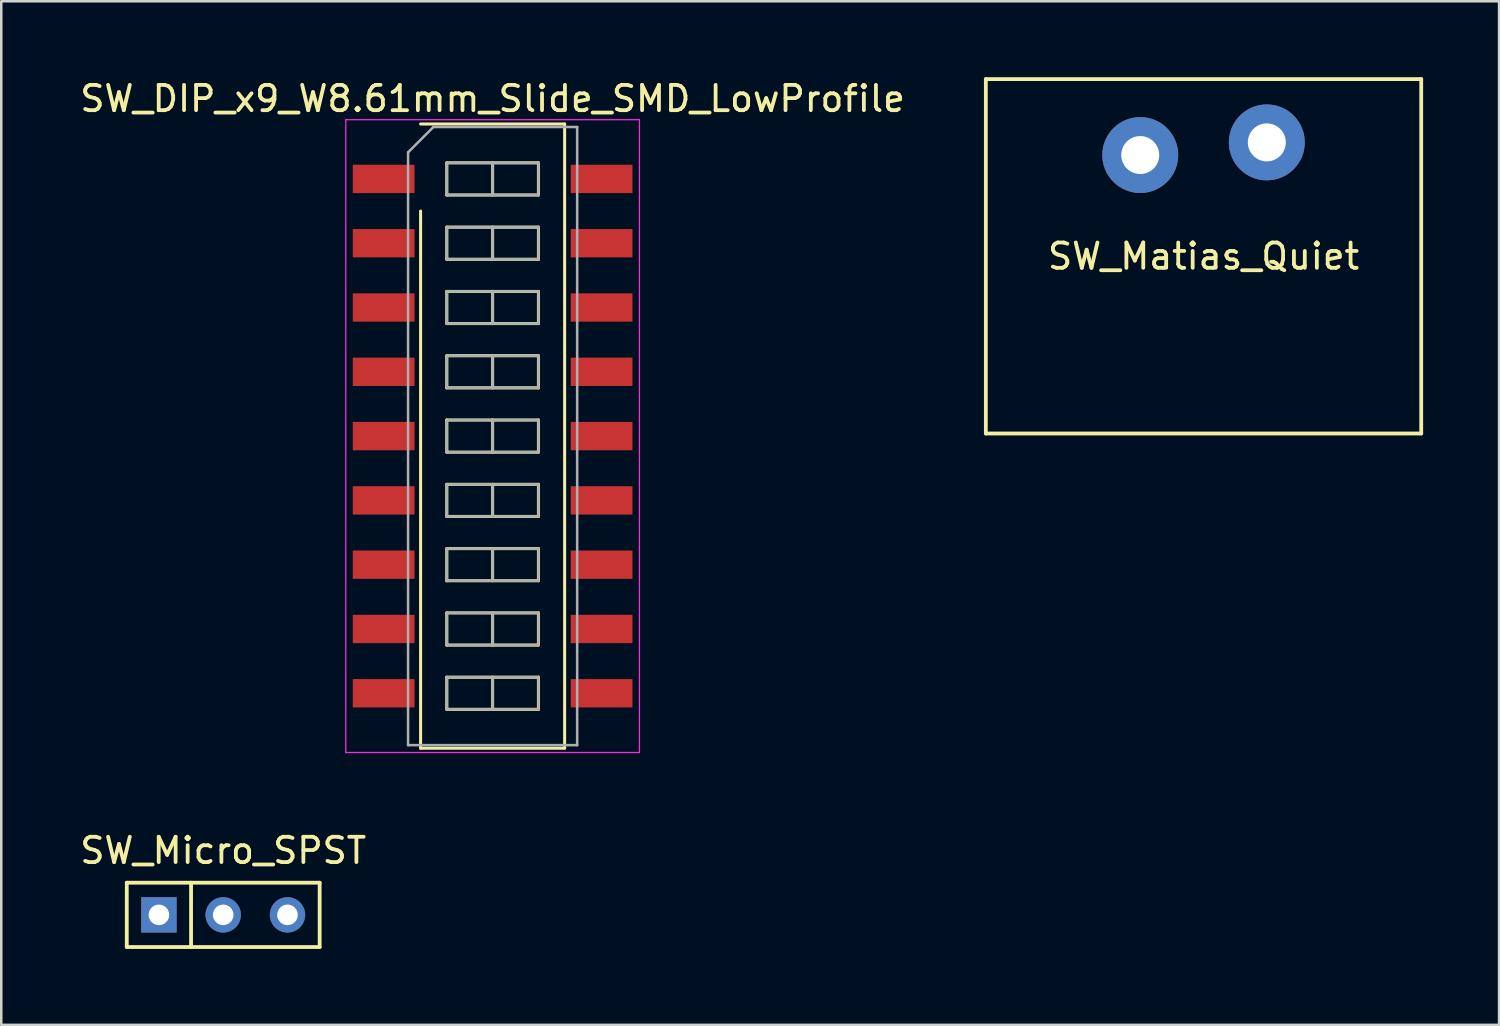
<source format=kicad_pcb>
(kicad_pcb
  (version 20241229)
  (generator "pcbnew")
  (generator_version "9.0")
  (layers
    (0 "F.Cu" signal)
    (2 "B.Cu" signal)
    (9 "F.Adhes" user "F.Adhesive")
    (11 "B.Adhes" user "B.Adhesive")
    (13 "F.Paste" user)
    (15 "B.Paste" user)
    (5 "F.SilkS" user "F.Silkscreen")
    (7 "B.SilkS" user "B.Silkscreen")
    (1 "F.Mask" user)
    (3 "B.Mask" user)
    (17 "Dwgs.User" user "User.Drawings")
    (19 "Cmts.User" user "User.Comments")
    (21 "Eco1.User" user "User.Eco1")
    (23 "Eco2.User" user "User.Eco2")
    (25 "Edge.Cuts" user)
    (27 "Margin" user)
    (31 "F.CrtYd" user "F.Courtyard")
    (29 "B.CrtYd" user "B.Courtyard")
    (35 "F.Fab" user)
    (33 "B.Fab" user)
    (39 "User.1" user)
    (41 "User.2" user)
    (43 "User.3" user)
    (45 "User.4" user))
  (footprint "SW_DIP_x9_W8.61mm_Slide_SMD_LowProfile"
    (layer "F.Cu")
    (at 16.411 14.178)
    (property "Reference" "SW_DIP_x9_W8.61mm_Slide_SMD_LowProfile" (at 0 -13.33 0) (layer "F.SilkS") (effects (font (size 1 1) (thickness 0.15))))
    (attr smd)
    (fp_line (start -2.845 -12.33) (end 2.845 -12.33) (stroke (width 0.12) (type solid)) (layer "F.SilkS"))
    (fp_line (start -2.845 12.33) (end -2.845 -8.89) (stroke (width 0.12) (type solid)) (layer "F.SilkS"))
    (fp_line (start -1.81 -10.795) (end -1.81 -9.525) (stroke (width 0.12) (type solid)) (layer "F.SilkS"))
    (fp_line (start -1.81 -9.525) (end 1.81 -9.525) (stroke (width 0.12) (type solid)) (layer "F.SilkS"))
    (fp_line (start -1.81 -8.255) (end -1.81 -6.985) (stroke (width 0.12) (type solid)) (layer "F.SilkS"))
    (fp_line (start -1.81 -6.985) (end 1.81 -6.985) (stroke (width 0.12) (type solid)) (layer "F.SilkS"))
    (fp_line (start -1.81 -5.715) (end -1.81 -4.445) (stroke (width 0.12) (type solid)) (layer "F.SilkS"))
    (fp_line (start -1.81 -4.445) (end 1.81 -4.445) (stroke (width 0.12) (type solid)) (layer "F.SilkS"))
    (fp_line (start -1.81 -3.175) (end -1.81 -1.905) (stroke (width 0.12) (type solid)) (layer "F.SilkS"))
    (fp_line (start -1.81 -1.905) (end 1.81 -1.905) (stroke (width 0.12) (type solid)) (layer "F.SilkS"))
    (fp_line (start -1.81 -0.635) (end -1.81 0.635) (stroke (width 0.12) (type solid)) (layer "F.SilkS"))
    (fp_line (start -1.81 0.635) (end 1.81 0.635) (stroke (width 0.12) (type solid)) (layer "F.SilkS"))
    (fp_line (start -1.81 1.905) (end -1.81 3.175) (stroke (width 0.12) (type solid)) (layer "F.SilkS"))
    (fp_line (start -1.81 3.175) (end 1.81 3.175) (stroke (width 0.12) (type solid)) (layer "F.SilkS"))
    (fp_line (start -1.81 4.445) (end -1.81 5.715) (stroke (width 0.12) (type solid)) (layer "F.SilkS"))
    (fp_line (start -1.81 5.715) (end 1.81 5.715) (stroke (width 0.12) (type solid)) (layer "F.SilkS"))
    (fp_line (start -1.81 6.985) (end -1.81 8.255) (stroke (width 0.12) (type solid)) (layer "F.SilkS"))
    (fp_line (start -1.81 8.255) (end 1.81 8.255) (stroke (width 0.12) (type solid)) (layer "F.SilkS"))
    (fp_line (start -1.81 9.525) (end -1.81 10.795) (stroke (width 0.12) (type solid)) (layer "F.SilkS"))
    (fp_line (start -1.81 10.795) (end 1.81 10.795) (stroke (width 0.12) (type solid)) (layer "F.SilkS"))
    (fp_line (start 0 -10.795) (end 0 -9.525) (stroke (width 0.12) (type solid)) (layer "F.SilkS"))
    (fp_line (start 0 -8.255) (end 0 -6.985) (stroke (width 0.12) (type solid)) (layer "F.SilkS"))
    (fp_line (start 0 -5.715) (end 0 -4.445) (stroke (width 0.12) (type solid)) (layer "F.SilkS"))
    (fp_line (start 0 -3.175) (end 0 -1.905) (stroke (width 0.12) (type solid)) (layer "F.SilkS"))
    (fp_line (start 0 -0.635) (end 0 0.635) (stroke (width 0.12) (type solid)) (layer "F.SilkS"))
    (fp_line (start 0 1.905) (end 0 3.175) (stroke (width 0.12) (type solid)) (layer "F.SilkS"))
    (fp_line (start 0 4.445) (end 0 5.715) (stroke (width 0.12) (type solid)) (layer "F.SilkS"))
    (fp_line (start 0 6.985) (end 0 8.255) (stroke (width 0.12) (type solid)) (layer "F.SilkS"))
    (fp_line (start 0 9.525) (end 0 10.795) (stroke (width 0.12) (type solid)) (layer "F.SilkS"))
    (fp_line (start 1.81 -10.795) (end -1.81 -10.795) (stroke (width 0.12) (type solid)) (layer "F.SilkS"))
    (fp_line (start 1.81 -9.525) (end 1.81 -10.795) (stroke (width 0.12) (type solid)) (layer "F.SilkS"))
    (fp_line (start 1.81 -8.255) (end -1.81 -8.255) (stroke (width 0.12) (type solid)) (layer "F.SilkS"))
    (fp_line (start 1.81 -6.985) (end 1.81 -8.255) (stroke (width 0.12) (type solid)) (layer "F.SilkS"))
    (fp_line (start 1.81 -5.715) (end -1.81 -5.715) (stroke (width 0.12) (type solid)) (layer "F.SilkS"))
    (fp_line (start 1.81 -4.445) (end 1.81 -5.715) (stroke (width 0.12) (type solid)) (layer "F.SilkS"))
    (fp_line (start 1.81 -3.175) (end -1.81 -3.175) (stroke (width 0.12) (type solid)) (layer "F.SilkS"))
    (fp_line (start 1.81 -1.905) (end 1.81 -3.175) (stroke (width 0.12) (type solid)) (layer "F.SilkS"))
    (fp_line (start 1.81 -0.635) (end -1.81 -0.635) (stroke (width 0.12) (type solid)) (layer "F.SilkS"))
    (fp_line (start 1.81 0.635) (end 1.81 -0.635) (stroke (width 0.12) (type solid)) (layer "F.SilkS"))
    (fp_line (start 1.81 1.905) (end -1.81 1.905) (stroke (width 0.12) (type solid)) (layer "F.SilkS"))
    (fp_line (start 1.81 3.175) (end 1.81 1.905) (stroke (width 0.12) (type solid)) (layer "F.SilkS"))
    (fp_line (start 1.81 4.445) (end -1.81 4.445) (stroke (width 0.12) (type solid)) (layer "F.SilkS"))
    (fp_line (start 1.81 5.715) (end 1.81 4.445) (stroke (width 0.12) (type solid)) (layer "F.SilkS"))
    (fp_line (start 1.81 6.985) (end -1.81 6.985) (stroke (width 0.12) (type solid)) (layer "F.SilkS"))
    (fp_line (start 1.81 8.255) (end 1.81 6.985) (stroke (width 0.12) (type solid)) (layer "F.SilkS"))
    (fp_line (start 1.81 9.525) (end -1.81 9.525) (stroke (width 0.12) (type solid)) (layer "F.SilkS"))
    (fp_line (start 1.81 10.795) (end 1.81 9.525) (stroke (width 0.12) (type solid)) (layer "F.SilkS"))
    (fp_line (start 2.845 -12.33) (end 2.845 12.33) (stroke (width 0.12) (type solid)) (layer "F.SilkS"))
    (fp_line (start 2.845 12.33) (end -2.845 12.33) (stroke (width 0.12) (type solid)) (layer "F.SilkS"))
    (fp_line (start -5.8 -12.5) (end -5.8 12.5) (stroke (width 0.05) (type solid)) (layer "F.CrtYd"))
    (fp_line (start -5.8 12.5) (end 5.8 12.5) (stroke (width 0.05) (type solid)) (layer "F.CrtYd"))
    (fp_line (start 5.8 -12.5) (end -5.8 -12.5) (stroke (width 0.05) (type solid)) (layer "F.CrtYd"))
    (fp_line (start 5.8 12.5) (end 5.8 -12.5) (stroke (width 0.05) (type solid)) (layer "F.CrtYd"))
    (fp_line (start -3.34 -11.21) (end -2.34 -12.21) (stroke (width 0.1) (type solid)) (layer "F.Fab"))
    (fp_line (start -3.34 12.21) (end -3.34 -11.21) (stroke (width 0.1) (type solid)) (layer "F.Fab"))
    (fp_line (start -2.34 -12.21) (end 3.34 -12.21) (stroke (width 0.1) (type solid)) (layer "F.Fab"))
    (fp_line (start -1.81 -10.795) (end -1.81 -9.525) (stroke (width 0.1) (type solid)) (layer "F.Fab"))
    (fp_line (start -1.81 -9.525) (end 1.81 -9.525) (stroke (width 0.1) (type solid)) (layer "F.Fab"))
    (fp_line (start -1.81 -8.255) (end -1.81 -6.985) (stroke (width 0.1) (type solid)) (layer "F.Fab"))
    (fp_line (start -1.81 -6.985) (end 1.81 -6.985) (stroke (width 0.1) (type solid)) (layer "F.Fab"))
    (fp_line (start -1.81 -5.715) (end -1.81 -4.445) (stroke (width 0.1) (type solid)) (layer "F.Fab"))
    (fp_line (start -1.81 -4.445) (end 1.81 -4.445) (stroke (width 0.1) (type solid)) (layer "F.Fab"))
    (fp_line (start -1.81 -3.175) (end -1.81 -1.905) (stroke (width 0.1) (type solid)) (layer "F.Fab"))
    (fp_line (start -1.81 -1.905) (end 1.81 -1.905) (stroke (width 0.1) (type solid)) (layer "F.Fab"))
    (fp_line (start -1.81 -0.635) (end -1.81 0.635) (stroke (width 0.1) (type solid)) (layer "F.Fab"))
    (fp_line (start -1.81 0.635) (end 1.81 0.635) (stroke (width 0.1) (type solid)) (layer "F.Fab"))
    (fp_line (start -1.81 1.905) (end -1.81 3.175) (stroke (width 0.1) (type solid)) (layer "F.Fab"))
    (fp_line (start -1.81 3.175) (end 1.81 3.175) (stroke (width 0.1) (type solid)) (layer "F.Fab"))
    (fp_line (start -1.81 4.445) (end -1.81 5.715) (stroke (width 0.1) (type solid)) (layer "F.Fab"))
    (fp_line (start -1.81 5.715) (end 1.81 5.715) (stroke (width 0.1) (type solid)) (layer "F.Fab"))
    (fp_line (start -1.81 6.985) (end -1.81 8.255) (stroke (width 0.1) (type solid)) (layer "F.Fab"))
    (fp_line (start -1.81 8.255) (end 1.81 8.255) (stroke (width 0.1) (type solid)) (layer "F.Fab"))
    (fp_line (start -1.81 9.525) (end -1.81 10.795) (stroke (width 0.1) (type solid)) (layer "F.Fab"))
    (fp_line (start -1.81 10.795) (end 1.81 10.795) (stroke (width 0.1) (type solid)) (layer "F.Fab"))
    (fp_line (start 0 -10.795) (end 0 -9.525) (stroke (width 0.1) (type solid)) (layer "F.Fab"))
    (fp_line (start 0 -8.255) (end 0 -6.985) (stroke (width 0.1) (type solid)) (layer "F.Fab"))
    (fp_line (start 0 -5.715) (end 0 -4.445) (stroke (width 0.1) (type solid)) (layer "F.Fab"))
    (fp_line (start 0 -3.175) (end 0 -1.905) (stroke (width 0.1) (type solid)) (layer "F.Fab"))
    (fp_line (start 0 -0.635) (end 0 0.635) (stroke (width 0.1) (type solid)) (layer "F.Fab"))
    (fp_line (start 0 1.905) (end 0 3.175) (stroke (width 0.1) (type solid)) (layer "F.Fab"))
    (fp_line (start 0 4.445) (end 0 5.715) (stroke (width 0.1) (type solid)) (layer "F.Fab"))
    (fp_line (start 0 6.985) (end 0 8.255) (stroke (width 0.1) (type solid)) (layer "F.Fab"))
    (fp_line (start 0 9.525) (end 0 10.795) (stroke (width 0.1) (type solid)) (layer "F.Fab"))
    (fp_line (start 1.81 -10.795) (end -1.81 -10.795) (stroke (width 0.1) (type solid)) (layer "F.Fab"))
    (fp_line (start 1.81 -9.525) (end 1.81 -10.795) (stroke (width 0.1) (type solid)) (layer "F.Fab"))
    (fp_line (start 1.81 -8.255) (end -1.81 -8.255) (stroke (width 0.1) (type solid)) (layer "F.Fab"))
    (fp_line (start 1.81 -6.985) (end 1.81 -8.255) (stroke (width 0.1) (type solid)) (layer "F.Fab"))
    (fp_line (start 1.81 -5.715) (end -1.81 -5.715) (stroke (width 0.1) (type solid)) (layer "F.Fab"))
    (fp_line (start 1.81 -4.445) (end 1.81 -5.715) (stroke (width 0.1) (type solid)) (layer "F.Fab"))
    (fp_line (start 1.81 -3.175) (end -1.81 -3.175) (stroke (width 0.1) (type solid)) (layer "F.Fab"))
    (fp_line (start 1.81 -1.905) (end 1.81 -3.175) (stroke (width 0.1) (type solid)) (layer "F.Fab"))
    (fp_line (start 1.81 -0.635) (end -1.81 -0.635) (stroke (width 0.1) (type solid)) (layer "F.Fab"))
    (fp_line (start 1.81 0.635) (end 1.81 -0.635) (stroke (width 0.1) (type solid)) (layer "F.Fab"))
    (fp_line (start 1.81 1.905) (end -1.81 1.905) (stroke (width 0.1) (type solid)) (layer "F.Fab"))
    (fp_line (start 1.81 3.175) (end 1.81 1.905) (stroke (width 0.1) (type solid)) (layer "F.Fab"))
    (fp_line (start 1.81 4.445) (end -1.81 4.445) (stroke (width 0.1) (type solid)) (layer "F.Fab"))
    (fp_line (start 1.81 5.715) (end 1.81 4.445) (stroke (width 0.1) (type solid)) (layer "F.Fab"))
    (fp_line (start 1.81 6.985) (end -1.81 6.985) (stroke (width 0.1) (type solid)) (layer "F.Fab"))
    (fp_line (start 1.81 8.255) (end 1.81 6.985) (stroke (width 0.1) (type solid)) (layer "F.Fab"))
    (fp_line (start 1.81 9.525) (end -1.81 9.525) (stroke (width 0.1) (type solid)) (layer "F.Fab"))
    (fp_line (start 1.81 10.795) (end 1.81 9.525) (stroke (width 0.1) (type solid)) (layer "F.Fab"))
    (fp_line (start 3.34 -12.21) (end 3.34 12.21) (stroke (width 0.1) (type solid)) (layer "F.Fab"))
    (fp_line (start 3.34 12.21) (end -3.34 12.21) (stroke (width 0.1) (type solid)) (layer "F.Fab"))
    (pad "1" smd rect (at -4.305 -10.16) (size 2.44 1.12) (layers "F.Cu" "F.Mask"))
    (pad "2" smd rect (at -4.305 -7.62) (size 2.44 1.12) (layers "F.Cu" "F.Mask"))
    (pad "3" smd rect (at -4.305 -5.08) (size 2.44 1.12) (layers "F.Cu" "F.Mask"))
    (pad "4" smd rect (at -4.305 -2.54) (size 2.44 1.12) (layers "F.Cu" "F.Mask"))
    (pad "5" smd rect (at -4.305 0) (size 2.44 1.12) (layers "F.Cu" "F.Mask"))
    (pad "6" smd rect (at -4.305 2.54) (size 2.44 1.12) (layers "F.Cu" "F.Mask"))
    (pad "7" smd rect (at -4.305 5.08) (size 2.44 1.12) (layers "F.Cu" "F.Mask"))
    (pad "8" smd rect (at -4.305 7.62) (size 2.44 1.12) (layers "F.Cu" "F.Mask"))
    (pad "9" smd rect (at -4.305 10.16) (size 2.44 1.12) (layers "F.Cu" "F.Mask"))
    (pad "10" smd rect (at 4.305 10.16) (size 2.44 1.12) (layers "F.Cu" "F.Mask"))
    (pad "11" smd rect (at 4.305 7.62) (size 2.44 1.12) (layers "F.Cu" "F.Mask"))
    (pad "12" smd rect (at 4.305 5.08) (size 2.44 1.12) (layers "F.Cu" "F.Mask"))
    (pad "13" smd rect (at 4.305 2.54) (size 2.44 1.12) (layers "F.Cu" "F.Mask"))
    (pad "14" smd rect (at 4.305 0) (size 2.44 1.12) (layers "F.Cu" "F.Mask"))
    (pad "15" smd rect (at 4.305 -2.54) (size 2.44 1.12) (layers "F.Cu" "F.Mask"))
    (pad "16" smd rect (at 4.305 -5.08) (size 2.44 1.12) (layers "F.Cu" "F.Mask"))
    (pad "17" smd rect (at 4.305 -7.62) (size 2.44 1.12) (layers "F.Cu" "F.Mask"))
    (pad "18" smd rect (at 4.305 -10.16) (size 2.44 1.12) (layers "F.Cu" "F.Mask")))
  (footprint "SW_Micro_SPST"
    (layer "F.Cu")
    (at 5.768 33.092)
    (property "Reference" "SW_Micro_SPST" (at 0 -2.54 0) (layer "F.SilkS") (effects (font (size 1 1) (thickness 0.15))))
    (attr through_hole)
    (fp_line (start -3.81 -1.27) (end 3.81 -1.27) (stroke (width 0.15) (type solid)) (layer "F.SilkS"))
    (fp_line (start -3.81 1.27) (end -3.81 -1.27) (stroke (width 0.15) (type solid)) (layer "F.SilkS"))
    (fp_line (start -1.27 -1.27) (end -1.27 1.27) (stroke (width 0.15) (type solid)) (layer "F.SilkS"))
    (fp_line (start 3.81 -1.27) (end 3.81 1.27) (stroke (width 0.15) (type solid)) (layer "F.SilkS"))
    (fp_line (start 3.81 1.27) (end -3.81 1.27) (stroke (width 0.15) (type solid)) (layer "F.SilkS"))
    (pad "1" thru_hole rect (at -2.54 0) (size 1.397 1.397) (drill 0.813) (layers "*.Cu" "*.Mask"))
    (pad "2" thru_hole circle (at 0 0) (size 1.397 1.397) (drill 0.813) (layers "*.Cu" "*.Mask"))
    (pad "3" thru_hole circle (at 2.54 0) (size 1.397 1.397) (drill 0.813) (layers "*.Cu" "*.Mask")))
  (footprint "SW_Matias_Quiet"
    (layer "F.Cu")
    (at 41.996 3.075)
    (property "Reference" "SW_Matias_Quiet" (at 2.5 4 0) (layer "F.SilkS") (effects (font (size 1 1) (thickness 0.15))))
    (attr through_hole)
    (fp_line (start -6.1 -3) (end 11.1 -3) (stroke (width 0.15) (type solid)) (layer "F.SilkS"))
    (fp_line (start -6.1 11) (end -6.1 -3) (stroke (width 0.15) (type solid)) (layer "F.SilkS"))
    (fp_line (start 11.1 -3) (end 11.1 11) (stroke (width 0.15) (type solid)) (layer "F.SilkS"))
    (fp_line (start 11.1 11) (end -6.1 11) (stroke (width 0.15) (type solid)) (layer "F.SilkS"))
    (pad "1" thru_hole circle (at 0 0) (size 3 3) (drill 1.5) (layers "*.Cu" "*.Mask"))
    (pad "2" thru_hole circle (at 5 -0.5) (size 3 3) (drill 1.5) (layers "*.Cu" "*.Mask")))
  (gr_rect
    (start -3 -3)
    (end 56.171 37.437)
    (stroke (width 0.1) (type default))
    (fill no)
    (layer "Edge.Cuts")))
</source>
